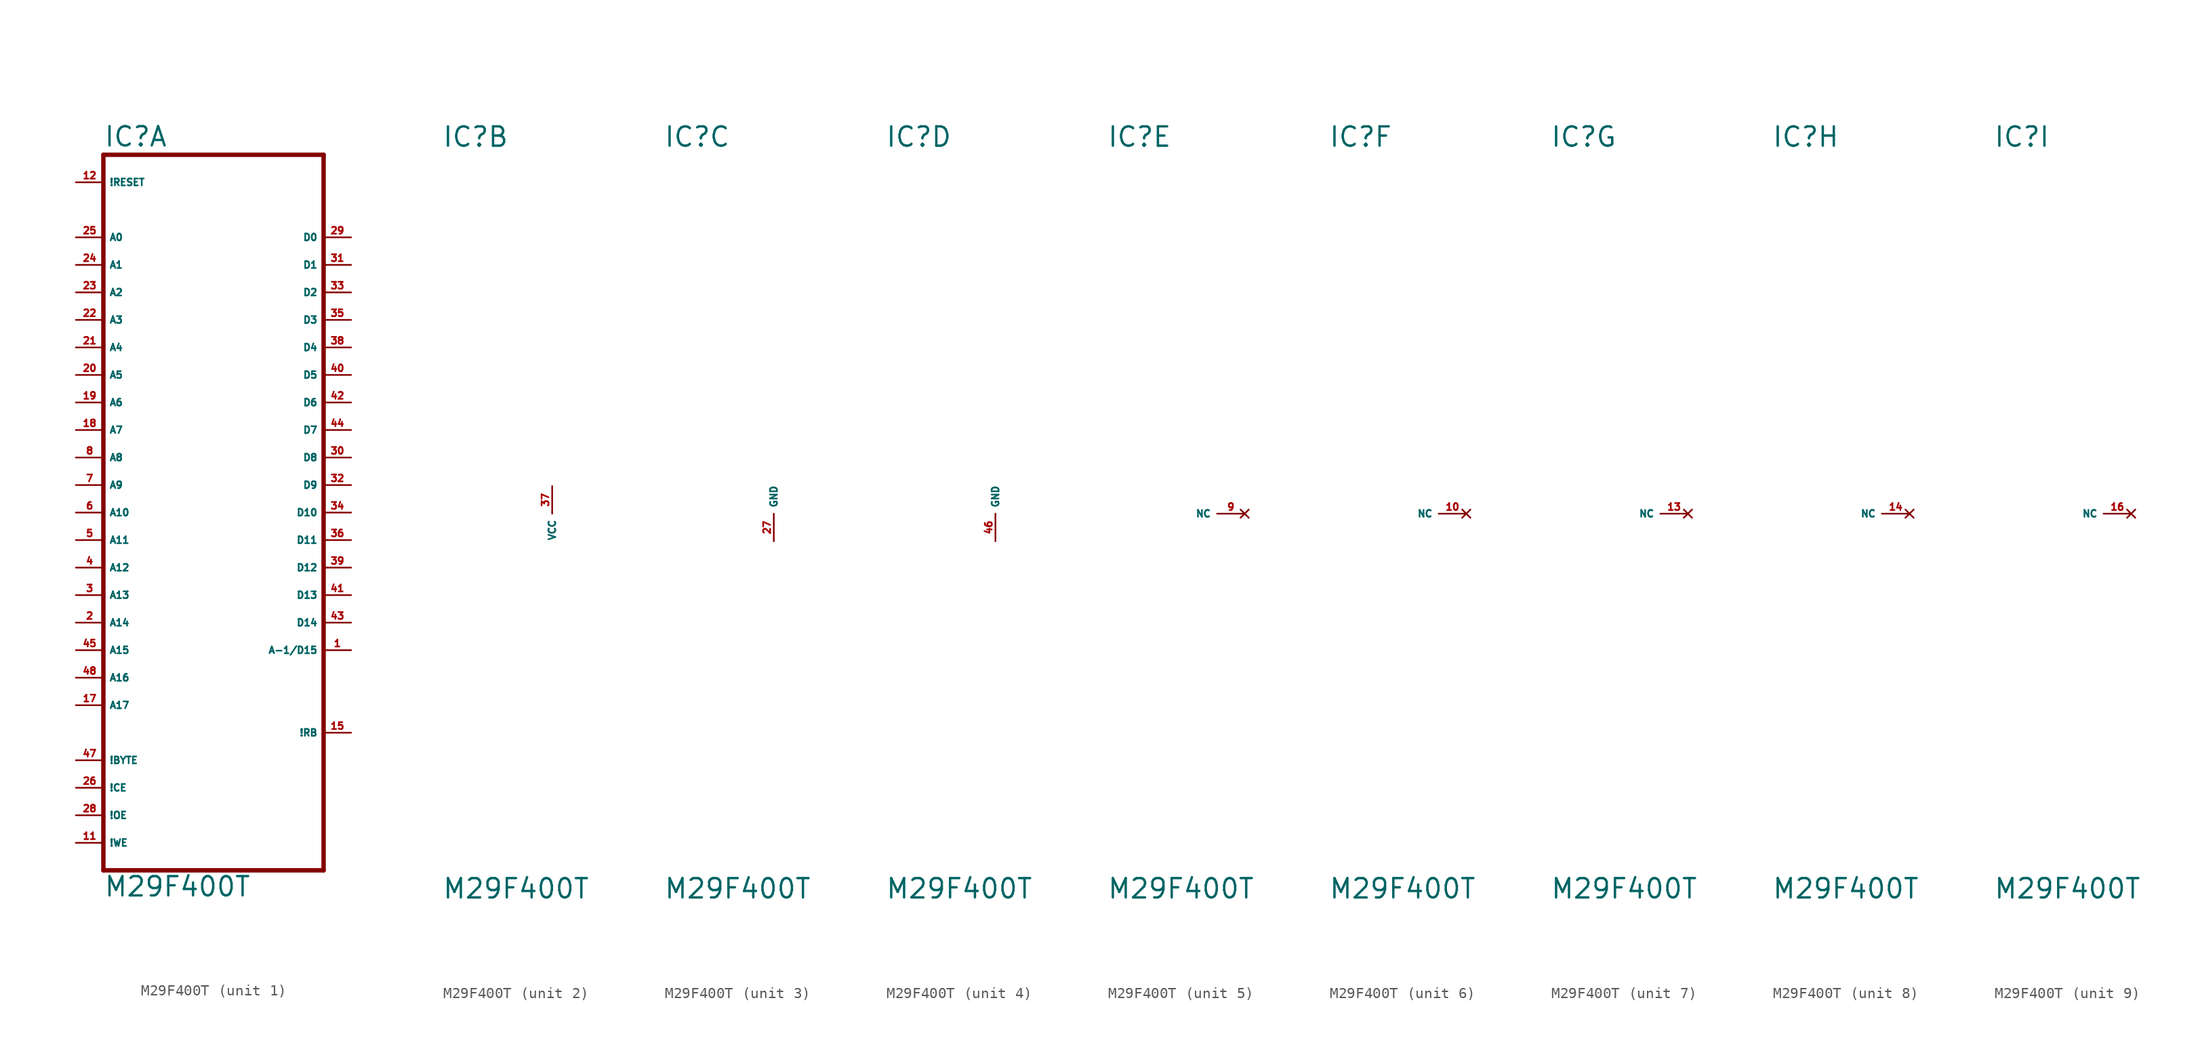
<source format=kicad_sym>
(kicad_symbol_lib
  (version 20220914)
  (generator Eagle2Kicad)
  (symbol "M29F400T"
    (property "Reference" "IC"
      (at -10.16 33.655 0)
      (effects (font (size 1.778 1.778) (thickness 0.22)) (justify left bottom)))
    (property "Value" "M29F400T"
      (at -10.16 -35.56 0)
      (effects (font (size 1.778 1.778) (thickness 0.22)) (justify left bottom)))
    (symbol "M29F400T_1_0"
      (polyline (pts (xy -10.16 -33.02) (xy 10.16 -33.02)) (stroke (width 0.406) (type default)) (fill (type none)))
      (polyline (pts (xy 10.16 -33.02) (xy 10.16 33.02)) (stroke (width 0.406) (type default)) (fill (type none)))
      (polyline (pts (xy 10.16 33.02) (xy -10.16 33.02)) (stroke (width 0.406) (type default)) (fill (type none)))
      (polyline (pts (xy -10.16 33.02) (xy -10.16 -33.02)) (stroke (width 0.406) (type default)) (fill (type none)))
      (pin input line (at -12.7 -30.48 0) (length 2.54) (name "!WE" (effects (font (size 0.635 0.635) (thickness 0.08)) (justify left bottom))) (number "11" (effects (font (size 0.635 0.635) (thickness 0.08)) (justify left bottom))))
      (pin input line (at -12.7 -5.08 0) (length 2.54) (name "A12" (effects (font (size 0.635 0.635) (thickness 0.08)) (justify left bottom))) (number "4" (effects (font (size 0.635 0.635) (thickness 0.08)) (justify left bottom))))
      (pin input line (at -12.7 7.62 0) (length 2.54) (name "A7" (effects (font (size 0.635 0.635) (thickness 0.08)) (justify left bottom))) (number "18" (effects (font (size 0.635 0.635) (thickness 0.08)) (justify left bottom))))
      (pin input line (at -12.7 10.16 0) (length 2.54) (name "A6" (effects (font (size 0.635 0.635) (thickness 0.08)) (justify left bottom))) (number "19" (effects (font (size 0.635 0.635) (thickness 0.08)) (justify left bottom))))
      (pin input line (at -12.7 12.7 0) (length 2.54) (name "A5" (effects (font (size 0.635 0.635) (thickness 0.08)) (justify left bottom))) (number "20" (effects (font (size 0.635 0.635) (thickness 0.08)) (justify left bottom))))
      (pin input line (at -12.7 15.24 0) (length 2.54) (name "A4" (effects (font (size 0.635 0.635) (thickness 0.08)) (justify left bottom))) (number "21" (effects (font (size 0.635 0.635) (thickness 0.08)) (justify left bottom))))
      (pin input line (at -12.7 17.78 0) (length 2.54) (name "A3" (effects (font (size 0.635 0.635) (thickness 0.08)) (justify left bottom))) (number "22" (effects (font (size 0.635 0.635) (thickness 0.08)) (justify left bottom))))
      (pin input line (at -12.7 20.32 0) (length 2.54) (name "A2" (effects (font (size 0.635 0.635) (thickness 0.08)) (justify left bottom))) (number "23" (effects (font (size 0.635 0.635) (thickness 0.08)) (justify left bottom))))
      (pin input line (at -12.7 22.86 0) (length 2.54) (name "A1" (effects (font (size 0.635 0.635) (thickness 0.08)) (justify left bottom))) (number "24" (effects (font (size 0.635 0.635) (thickness 0.08)) (justify left bottom))))
      (pin input line (at -12.7 25.4 0) (length 2.54) (name "A0" (effects (font (size 0.635 0.635) (thickness 0.08)) (justify left bottom))) (number "25" (effects (font (size 0.635 0.635) (thickness 0.08)) (justify left bottom))))
      (pin tri_state line (at 12.7 25.4 180) (length 2.54) (name "D0" (effects (font (size 0.635 0.635) (thickness 0.08)) (justify left bottom))) (number "29" (effects (font (size 0.635 0.635) (thickness 0.08)) (justify left bottom))))
      (pin input line (at -12.7 -25.4 0) (length 2.54) (name "!CE" (effects (font (size 0.635 0.635) (thickness 0.08)) (justify left bottom))) (number "26" (effects (font (size 0.635 0.635) (thickness 0.08)) (justify left bottom))))
      (pin input line (at -12.7 0 0) (length 2.54) (name "A10" (effects (font (size 0.635 0.635) (thickness 0.08)) (justify left bottom))) (number "6" (effects (font (size 0.635 0.635) (thickness 0.08)) (justify left bottom))))
      (pin input line (at -12.7 -27.94 0) (length 2.54) (name "!OE" (effects (font (size 0.635 0.635) (thickness 0.08)) (justify left bottom))) (number "28" (effects (font (size 0.635 0.635) (thickness 0.08)) (justify left bottom))))
      (pin input line (at -12.7 -2.54 0) (length 2.54) (name "A11" (effects (font (size 0.635 0.635) (thickness 0.08)) (justify left bottom))) (number "5" (effects (font (size 0.635 0.635) (thickness 0.08)) (justify left bottom))))
      (pin input line (at -12.7 2.54 0) (length 2.54) (name "A9" (effects (font (size 0.635 0.635) (thickness 0.08)) (justify left bottom))) (number "7" (effects (font (size 0.635 0.635) (thickness 0.08)) (justify left bottom))))
      (pin input line (at -12.7 5.08 0) (length 2.54) (name "A8" (effects (font (size 0.635 0.635) (thickness 0.08)) (justify left bottom))) (number "8" (effects (font (size 0.635 0.635) (thickness 0.08)) (justify left bottom))))
      (pin input line (at -12.7 -7.62 0) (length 2.54) (name "A13" (effects (font (size 0.635 0.635) (thickness 0.08)) (justify left bottom))) (number "3" (effects (font (size 0.635 0.635) (thickness 0.08)) (justify left bottom))))
      (pin input line (at -12.7 -10.16 0) (length 2.54) (name "A14" (effects (font (size 0.635 0.635) (thickness 0.08)) (justify left bottom))) (number "2" (effects (font (size 0.635 0.635) (thickness 0.08)) (justify left bottom))))
      (pin input line (at -12.7 -12.7 0) (length 2.54) (name "A15" (effects (font (size 0.635 0.635) (thickness 0.08)) (justify left bottom))) (number "45" (effects (font (size 0.635 0.635) (thickness 0.08)) (justify left bottom))))
      (pin input line (at -12.7 -15.24 0) (length 2.54) (name "A16" (effects (font (size 0.635 0.635) (thickness 0.08)) (justify left bottom))) (number "48" (effects (font (size 0.635 0.635) (thickness 0.08)) (justify left bottom))))
      (pin input line (at -12.7 -17.78 0) (length 2.54) (name "A17" (effects (font (size 0.635 0.635) (thickness 0.08)) (justify left bottom))) (number "17" (effects (font (size 0.635 0.635) (thickness 0.08)) (justify left bottom))))
      (pin tri_state line (at 12.7 22.86 180) (length 2.54) (name "D1" (effects (font (size 0.635 0.635) (thickness 0.08)) (justify left bottom))) (number "31" (effects (font (size 0.635 0.635) (thickness 0.08)) (justify left bottom))))
      (pin tri_state line (at 12.7 20.32 180) (length 2.54) (name "D2" (effects (font (size 0.635 0.635) (thickness 0.08)) (justify left bottom))) (number "33" (effects (font (size 0.635 0.635) (thickness 0.08)) (justify left bottom))))
      (pin tri_state line (at 12.7 17.78 180) (length 2.54) (name "D3" (effects (font (size 0.635 0.635) (thickness 0.08)) (justify left bottom))) (number "35" (effects (font (size 0.635 0.635) (thickness 0.08)) (justify left bottom))))
      (pin tri_state line (at 12.7 15.24 180) (length 2.54) (name "D4" (effects (font (size 0.635 0.635) (thickness 0.08)) (justify left bottom))) (number "38" (effects (font (size 0.635 0.635) (thickness 0.08)) (justify left bottom))))
      (pin tri_state line (at 12.7 12.7 180) (length 2.54) (name "D5" (effects (font (size 0.635 0.635) (thickness 0.08)) (justify left bottom))) (number "40" (effects (font (size 0.635 0.635) (thickness 0.08)) (justify left bottom))))
      (pin tri_state line (at 12.7 10.16 180) (length 2.54) (name "D6" (effects (font (size 0.635 0.635) (thickness 0.08)) (justify left bottom))) (number "42" (effects (font (size 0.635 0.635) (thickness 0.08)) (justify left bottom))))
      (pin tri_state line (at 12.7 7.62 180) (length 2.54) (name "D7" (effects (font (size 0.635 0.635) (thickness 0.08)) (justify left bottom))) (number "44" (effects (font (size 0.635 0.635) (thickness 0.08)) (justify left bottom))))
      (pin output line (at 12.7 -20.32 180) (length 2.54) (name "!RB" (effects (font (size 0.635 0.635) (thickness 0.08)) (justify left bottom))) (number "15" (effects (font (size 0.635 0.635) (thickness 0.08)) (justify left bottom))))
      (pin input line (at -12.7 30.48 0) (length 2.54) (name "!RESET" (effects (font (size 0.635 0.635) (thickness 0.08)) (justify left bottom))) (number "12" (effects (font (size 0.635 0.635) (thickness 0.08)) (justify left bottom))))
      (pin tri_state line (at 12.7 5.08 180) (length 2.54) (name "D8" (effects (font (size 0.635 0.635) (thickness 0.08)) (justify left bottom))) (number "30" (effects (font (size 0.635 0.635) (thickness 0.08)) (justify left bottom))))
      (pin tri_state line (at 12.7 2.54 180) (length 2.54) (name "D9" (effects (font (size 0.635 0.635) (thickness 0.08)) (justify left bottom))) (number "32" (effects (font (size 0.635 0.635) (thickness 0.08)) (justify left bottom))))
      (pin tri_state line (at 12.7 0 180) (length 2.54) (name "D10" (effects (font (size 0.635 0.635) (thickness 0.08)) (justify left bottom))) (number "34" (effects (font (size 0.635 0.635) (thickness 0.08)) (justify left bottom))))
      (pin tri_state line (at 12.7 -2.54 180) (length 2.54) (name "D11" (effects (font (size 0.635 0.635) (thickness 0.08)) (justify left bottom))) (number "36" (effects (font (size 0.635 0.635) (thickness 0.08)) (justify left bottom))))
      (pin tri_state line (at 12.7 -5.08 180) (length 2.54) (name "D12" (effects (font (size 0.635 0.635) (thickness 0.08)) (justify left bottom))) (number "39" (effects (font (size 0.635 0.635) (thickness 0.08)) (justify left bottom))))
      (pin tri_state line (at 12.7 -7.62 180) (length 2.54) (name "D13" (effects (font (size 0.635 0.635) (thickness 0.08)) (justify left bottom))) (number "41" (effects (font (size 0.635 0.635) (thickness 0.08)) (justify left bottom))))
      (pin tri_state line (at 12.7 -10.16 180) (length 2.54) (name "D14" (effects (font (size 0.635 0.635) (thickness 0.08)) (justify left bottom))) (number "43" (effects (font (size 0.635 0.635) (thickness 0.08)) (justify left bottom))))
      (pin tri_state line (at 12.7 -12.7 180) (length 2.54) (name "A-1/D15" (effects (font (size 0.635 0.635) (thickness 0.08)) (justify left bottom))) (number "1" (effects (font (size 0.635 0.635) (thickness 0.08)) (justify left bottom))))
      (pin input line (at -12.7 -22.86 0) (length 2.54) (name "!BYTE" (effects (font (size 0.635 0.635) (thickness 0.08)) (justify left bottom))) (number "47" (effects (font (size 0.635 0.635) (thickness 0.08)) (justify left bottom)))))
    (symbol "M29F400T_2_0"
      (pin unspecified line (at 0 2.54 270) (length 2.54) (name "VCC" (effects (font (size 0.635 0.635) (thickness 0.08)) (justify left bottom))) (number "37" (effects (font (size 0.635 0.635) (thickness 0.08)) (justify left bottom)))))
    (symbol "M29F400T_3_0"
      (pin unspecified line (at 0 -2.54 90) (length 2.54) (name "GND" (effects (font (size 0.635 0.635) (thickness 0.08)) (justify left bottom))) (number "27" (effects (font (size 0.635 0.635) (thickness 0.08)) (justify left bottom)))))
    (symbol "M29F400T_4_0"
      (pin unspecified line (at 0 -2.54 90) (length 2.54) (name "GND" (effects (font (size 0.635 0.635) (thickness 0.08)) (justify left bottom))) (number "46" (effects (font (size 0.635 0.635) (thickness 0.08)) (justify left bottom)))))
    (symbol "M29F400T_5_0"
      (pin no_connect line (at 2.54 0 180) (length 2.54) (name "NC" (effects (font (size 0.635 0.635) (thickness 0.08)) (justify left bottom) hide)) (number "9" (effects (font (size 0.635 0.635) (thickness 0.08)) (justify left bottom) hide))))
    (symbol "M29F400T_6_0"
      (pin no_connect line (at 2.54 0 180) (length 2.54) (name "NC" (effects (font (size 0.635 0.635) (thickness 0.08)) (justify left bottom) hide)) (number "10" (effects (font (size 0.635 0.635) (thickness 0.08)) (justify left bottom) hide))))
    (symbol "M29F400T_7_0"
      (pin no_connect line (at 2.54 0 180) (length 2.54) (name "NC" (effects (font (size 0.635 0.635) (thickness 0.08)) (justify left bottom) hide)) (number "13" (effects (font (size 0.635 0.635) (thickness 0.08)) (justify left bottom) hide))))
    (symbol "M29F400T_8_0"
      (pin no_connect line (at 2.54 0 180) (length 2.54) (name "NC" (effects (font (size 0.635 0.635) (thickness 0.08)) (justify left bottom) hide)) (number "14" (effects (font (size 0.635 0.635) (thickness 0.08)) (justify left bottom) hide))))
    (symbol "M29F400T_9_0"
      (pin no_connect line (at 2.54 0 180) (length 2.54) (name "NC" (effects (font (size 0.635 0.635) (thickness 0.08)) (justify left bottom) hide)) (number "16" (effects (font (size 0.635 0.635) (thickness 0.08)) (justify left bottom) hide))))))
</source>
